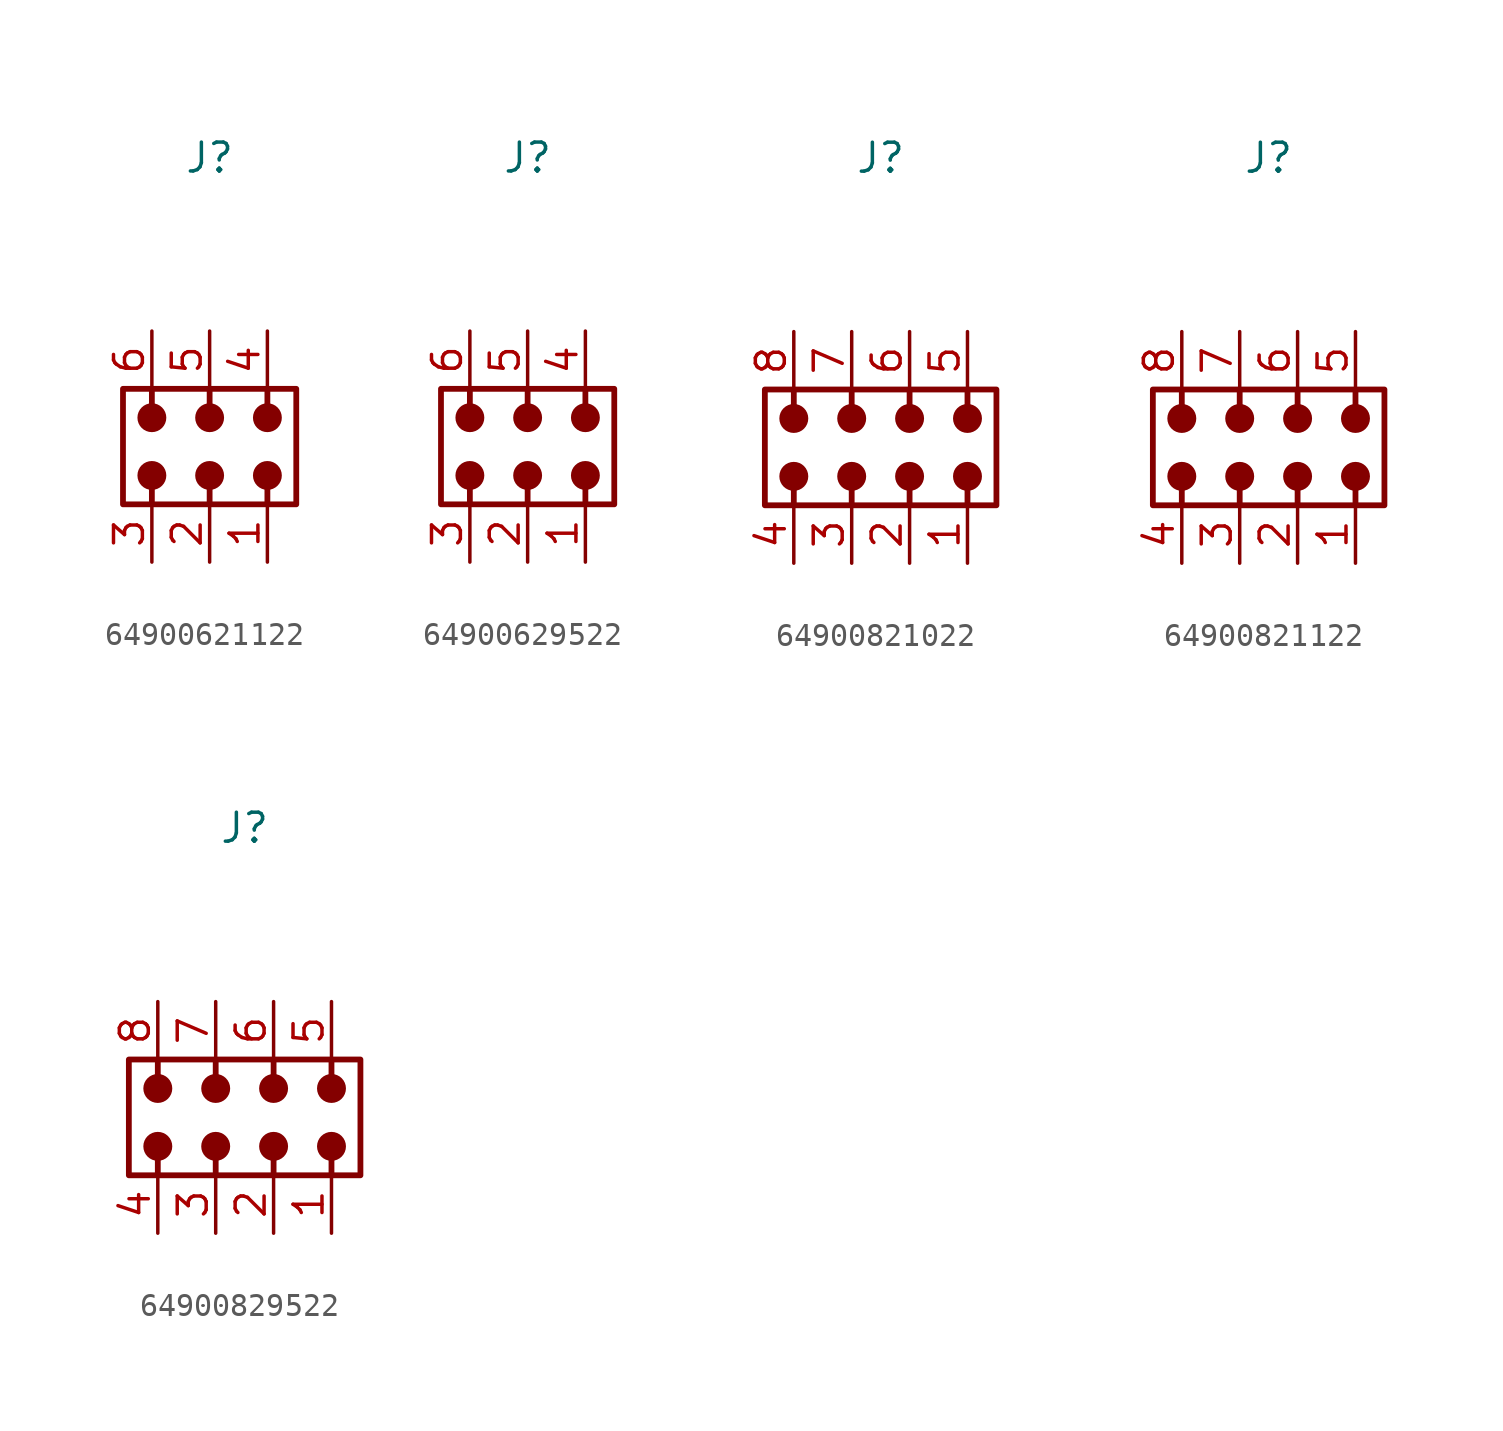
<source format=kicad_sym>
(kicad_symbol_lib
  (version 20241209)
  (generator "kicad_symbol_editor")
  (generator_version "9.0")
  (symbol "64900621122"
    (pin_names
      (hide yes))
    (property "Reference" "J"
      (at 0 12.7 0)
      (effects (font (size 1.27 1.27))))
    (symbol "64900621122_1_1"
      (rectangle (start -3.81 2.54) (end 3.81 -2.54) (stroke (width 0.254) (type solid)) (fill (type none)))
      (polyline (pts (xy -2.54 1.778) (xy -2.54 2.54)) (stroke (width 0.254) (type solid)) (fill (type none)))
      (circle (center -2.54 1.27) (radius 0.508) (stroke (width 0.254) (type solid)) (fill (type outline)))
      (circle (center -2.54 -1.27) (radius 0.508) (stroke (width 0.254) (type solid)) (fill (type outline)))
      (polyline (pts (xy -2.54 -1.778) (xy -2.54 -2.54)) (stroke (width 0.254) (type solid)) (fill (type none)))
      (polyline (pts (xy 0 1.778) (xy 0 2.54)) (stroke (width 0.254) (type solid)) (fill (type none)))
      (circle (center 0 1.27) (radius 0.508) (stroke (width 0.254) (type solid)) (fill (type outline)))
      (circle (center 0 -1.27) (radius 0.508) (stroke (width 0.254) (type solid)) (fill (type outline)))
      (polyline (pts (xy 0 -1.778) (xy 0 -2.54)) (stroke (width 0.254) (type solid)) (fill (type none)))
      (polyline (pts (xy 2.54 1.778) (xy 2.54 2.54)) (stroke (width 0.254) (type solid)) (fill (type none)))
      (circle (center 2.54 1.27) (radius 0.508) (stroke (width 0.254) (type solid)) (fill (type outline)))
      (circle (center 2.54 -1.27) (radius 0.508) (stroke (width 0.254) (type solid)) (fill (type outline)))
      (polyline (pts (xy 2.54 -1.778) (xy 2.54 -2.54)) (stroke (width 0.254) (type solid)) (fill (type none)))
      (pin passive line (at -2.54 5.08 270) (length 2.54) (name "6" (effects (font (size 1.27 1.27)))) (number "6" (effects (font (size 1.27 1.27)))))
      (pin passive line (at -2.54 -5.08 90) (length 2.54) (name "3" (effects (font (size 1.27 1.27)))) (number "3" (effects (font (size 1.27 1.27)))))
      (pin passive line (at 0 5.08 270) (length 2.54) (name "5" (effects (font (size 1.27 1.27)))) (number "5" (effects (font (size 1.27 1.27)))))
      (pin passive line (at 0 -5.08 90) (length 2.54) (name "2" (effects (font (size 1.27 1.27)))) (number "2" (effects (font (size 1.27 1.27)))))
      (pin passive line (at 2.54 5.08 270) (length 2.54) (name "4" (effects (font (size 1.27 1.27)))) (number "4" (effects (font (size 1.27 1.27)))))
      (pin passive line (at 2.54 -5.08 90) (length 2.54) (name "1" (effects (font (size 1.27 1.27)))) (number "1" (effects (font (size 1.27 1.27)))))))
  (symbol "64900629522"
    (pin_names
      (hide yes))
    (property "Reference" "J"
      (at 0 12.7 0)
      (effects (font (size 1.27 1.27))))
    (symbol "64900629522_1_1"
      (rectangle (start -3.81 2.54) (end 3.81 -2.54) (stroke (width 0.254) (type solid)) (fill (type none)))
      (polyline (pts (xy -2.54 1.778) (xy -2.54 2.54)) (stroke (width 0.254) (type solid)) (fill (type none)))
      (circle (center -2.54 1.27) (radius 0.508) (stroke (width 0.254) (type solid)) (fill (type outline)))
      (circle (center -2.54 -1.27) (radius 0.508) (stroke (width 0.254) (type solid)) (fill (type outline)))
      (polyline (pts (xy -2.54 -1.778) (xy -2.54 -2.54)) (stroke (width 0.254) (type solid)) (fill (type none)))
      (polyline (pts (xy 0 1.778) (xy 0 2.54)) (stroke (width 0.254) (type solid)) (fill (type none)))
      (circle (center 0 1.27) (radius 0.508) (stroke (width 0.254) (type solid)) (fill (type outline)))
      (circle (center 0 -1.27) (radius 0.508) (stroke (width 0.254) (type solid)) (fill (type outline)))
      (polyline (pts (xy 0 -1.778) (xy 0 -2.54)) (stroke (width 0.254) (type solid)) (fill (type none)))
      (polyline (pts (xy 2.54 1.778) (xy 2.54 2.54)) (stroke (width 0.254) (type solid)) (fill (type none)))
      (circle (center 2.54 1.27) (radius 0.508) (stroke (width 0.254) (type solid)) (fill (type outline)))
      (circle (center 2.54 -1.27) (radius 0.508) (stroke (width 0.254) (type solid)) (fill (type outline)))
      (polyline (pts (xy 2.54 -1.778) (xy 2.54 -2.54)) (stroke (width 0.254) (type solid)) (fill (type none)))
      (pin passive line (at -2.54 5.08 270) (length 2.54) (name "6" (effects (font (size 1.27 1.27)))) (number "6" (effects (font (size 1.27 1.27)))))
      (pin passive line (at -2.54 -5.08 90) (length 2.54) (name "3" (effects (font (size 1.27 1.27)))) (number "3" (effects (font (size 1.27 1.27)))))
      (pin passive line (at 0 5.08 270) (length 2.54) (name "5" (effects (font (size 1.27 1.27)))) (number "5" (effects (font (size 1.27 1.27)))))
      (pin passive line (at 0 -5.08 90) (length 2.54) (name "2" (effects (font (size 1.27 1.27)))) (number "2" (effects (font (size 1.27 1.27)))))
      (pin passive line (at 2.54 5.08 270) (length 2.54) (name "4" (effects (font (size 1.27 1.27)))) (number "4" (effects (font (size 1.27 1.27)))))
      (pin passive line (at 2.54 -5.08 90) (length 2.54) (name "1" (effects (font (size 1.27 1.27)))) (number "1" (effects (font (size 1.27 1.27)))))))
  (symbol "64900821022"
    (pin_names
      (hide yes))
    (property "Reference" "J"
      (at 0 12.7 0)
      (effects (font (size 1.27 1.27))))
    (symbol "64900821022_1_1"
      (rectangle (start -5.08 2.54) (end 5.08 -2.54) (stroke (width 0.254) (type solid)) (fill (type none)))
      (polyline (pts (xy -3.81 1.778) (xy -3.81 2.54)) (stroke (width 0.254) (type solid)) (fill (type none)))
      (circle (center -3.81 1.27) (radius 0.508) (stroke (width 0.254) (type solid)) (fill (type outline)))
      (circle (center -3.81 -1.27) (radius 0.508) (stroke (width 0.254) (type solid)) (fill (type outline)))
      (polyline (pts (xy -3.81 -1.778) (xy -3.81 -2.54)) (stroke (width 0.254) (type solid)) (fill (type none)))
      (polyline (pts (xy -1.27 1.778) (xy -1.27 2.54)) (stroke (width 0.254) (type solid)) (fill (type none)))
      (circle (center -1.27 1.27) (radius 0.508) (stroke (width 0.254) (type solid)) (fill (type outline)))
      (circle (center -1.27 -1.27) (radius 0.508) (stroke (width 0.254) (type solid)) (fill (type outline)))
      (polyline (pts (xy -1.27 -1.778) (xy -1.27 -2.54)) (stroke (width 0.254) (type solid)) (fill (type none)))
      (polyline (pts (xy 1.27 1.778) (xy 1.27 2.54)) (stroke (width 0.254) (type solid)) (fill (type none)))
      (circle (center 1.27 1.27) (radius 0.508) (stroke (width 0.254) (type solid)) (fill (type outline)))
      (circle (center 1.27 -1.27) (radius 0.508) (stroke (width 0.254) (type solid)) (fill (type outline)))
      (polyline (pts (xy 1.27 -1.778) (xy 1.27 -2.54)) (stroke (width 0.254) (type solid)) (fill (type none)))
      (polyline (pts (xy 3.81 1.778) (xy 3.81 2.54)) (stroke (width 0.254) (type solid)) (fill (type none)))
      (circle (center 3.81 1.27) (radius 0.508) (stroke (width 0.254) (type solid)) (fill (type outline)))
      (circle (center 3.81 -1.27) (radius 0.508) (stroke (width 0.254) (type solid)) (fill (type outline)))
      (polyline (pts (xy 3.81 -1.778) (xy 3.81 -2.54)) (stroke (width 0.254) (type solid)) (fill (type none)))
      (pin passive line (at -3.81 5.08 270) (length 2.54) (name "8" (effects (font (size 1.27 1.27)))) (number "8" (effects (font (size 1.27 1.27)))))
      (pin passive line (at -3.81 -5.08 90) (length 2.54) (name "4" (effects (font (size 1.27 1.27)))) (number "4" (effects (font (size 1.27 1.27)))))
      (pin passive line (at -1.27 5.08 270) (length 2.54) (name "7" (effects (font (size 1.27 1.27)))) (number "7" (effects (font (size 1.27 1.27)))))
      (pin passive line (at -1.27 -5.08 90) (length 2.54) (name "3" (effects (font (size 1.27 1.27)))) (number "3" (effects (font (size 1.27 1.27)))))
      (pin passive line (at 1.27 5.08 270) (length 2.54) (name "6" (effects (font (size 1.27 1.27)))) (number "6" (effects (font (size 1.27 1.27)))))
      (pin passive line (at 1.27 -5.08 90) (length 2.54) (name "2" (effects (font (size 1.27 1.27)))) (number "2" (effects (font (size 1.27 1.27)))))
      (pin passive line (at 3.81 5.08 270) (length 2.54) (name "5" (effects (font (size 1.27 1.27)))) (number "5" (effects (font (size 1.27 1.27)))))
      (pin passive line (at 3.81 -5.08 90) (length 2.54) (name "1" (effects (font (size 1.27 1.27)))) (number "1" (effects (font (size 1.27 1.27)))))))
  (symbol "64900821122"
    (pin_names
      (hide yes))
    (property "Reference" "J"
      (at 0 12.7 0)
      (effects (font (size 1.27 1.27))))
    (symbol "64900821122_1_1"
      (rectangle (start -5.08 2.54) (end 5.08 -2.54) (stroke (width 0.254) (type solid)) (fill (type none)))
      (polyline (pts (xy -3.81 1.778) (xy -3.81 2.54)) (stroke (width 0.254) (type solid)) (fill (type none)))
      (circle (center -3.81 1.27) (radius 0.508) (stroke (width 0.254) (type solid)) (fill (type outline)))
      (circle (center -3.81 -1.27) (radius 0.508) (stroke (width 0.254) (type solid)) (fill (type outline)))
      (polyline (pts (xy -3.81 -1.778) (xy -3.81 -2.54)) (stroke (width 0.254) (type solid)) (fill (type none)))
      (polyline (pts (xy -1.27 1.778) (xy -1.27 2.54)) (stroke (width 0.254) (type solid)) (fill (type none)))
      (circle (center -1.27 1.27) (radius 0.508) (stroke (width 0.254) (type solid)) (fill (type outline)))
      (circle (center -1.27 -1.27) (radius 0.508) (stroke (width 0.254) (type solid)) (fill (type outline)))
      (polyline (pts (xy -1.27 -1.778) (xy -1.27 -2.54)) (stroke (width 0.254) (type solid)) (fill (type none)))
      (polyline (pts (xy 1.27 1.778) (xy 1.27 2.54)) (stroke (width 0.254) (type solid)) (fill (type none)))
      (circle (center 1.27 1.27) (radius 0.508) (stroke (width 0.254) (type solid)) (fill (type outline)))
      (circle (center 1.27 -1.27) (radius 0.508) (stroke (width 0.254) (type solid)) (fill (type outline)))
      (polyline (pts (xy 1.27 -1.778) (xy 1.27 -2.54)) (stroke (width 0.254) (type solid)) (fill (type none)))
      (polyline (pts (xy 3.81 1.778) (xy 3.81 2.54)) (stroke (width 0.254) (type solid)) (fill (type none)))
      (circle (center 3.81 1.27) (radius 0.508) (stroke (width 0.254) (type solid)) (fill (type outline)))
      (circle (center 3.81 -1.27) (radius 0.508) (stroke (width 0.254) (type solid)) (fill (type outline)))
      (polyline (pts (xy 3.81 -1.778) (xy 3.81 -2.54)) (stroke (width 0.254) (type solid)) (fill (type none)))
      (pin passive line (at -3.81 5.08 270) (length 2.54) (name "8" (effects (font (size 1.27 1.27)))) (number "8" (effects (font (size 1.27 1.27)))))
      (pin passive line (at -3.81 -5.08 90) (length 2.54) (name "4" (effects (font (size 1.27 1.27)))) (number "4" (effects (font (size 1.27 1.27)))))
      (pin passive line (at -1.27 5.08 270) (length 2.54) (name "7" (effects (font (size 1.27 1.27)))) (number "7" (effects (font (size 1.27 1.27)))))
      (pin passive line (at -1.27 -5.08 90) (length 2.54) (name "3" (effects (font (size 1.27 1.27)))) (number "3" (effects (font (size 1.27 1.27)))))
      (pin passive line (at 1.27 5.08 270) (length 2.54) (name "6" (effects (font (size 1.27 1.27)))) (number "6" (effects (font (size 1.27 1.27)))))
      (pin passive line (at 1.27 -5.08 90) (length 2.54) (name "2" (effects (font (size 1.27 1.27)))) (number "2" (effects (font (size 1.27 1.27)))))
      (pin passive line (at 3.81 5.08 270) (length 2.54) (name "5" (effects (font (size 1.27 1.27)))) (number "5" (effects (font (size 1.27 1.27)))))
      (pin passive line (at 3.81 -5.08 90) (length 2.54) (name "1" (effects (font (size 1.27 1.27)))) (number "1" (effects (font (size 1.27 1.27)))))))
  (symbol "64900829522"
    (pin_names
      (hide yes))
    (property "Reference" "J"
      (at 0 12.7 0)
      (effects (font (size 1.27 1.27))))
    (symbol "64900829522_1_1"
      (rectangle (start -5.08 2.54) (end 5.08 -2.54) (stroke (width 0.254) (type solid)) (fill (type none)))
      (polyline (pts (xy -3.81 1.778) (xy -3.81 2.54)) (stroke (width 0.254) (type solid)) (fill (type none)))
      (circle (center -3.81 1.27) (radius 0.508) (stroke (width 0.254) (type solid)) (fill (type outline)))
      (circle (center -3.81 -1.27) (radius 0.508) (stroke (width 0.254) (type solid)) (fill (type outline)))
      (polyline (pts (xy -3.81 -1.778) (xy -3.81 -2.54)) (stroke (width 0.254) (type solid)) (fill (type none)))
      (polyline (pts (xy -1.27 1.778) (xy -1.27 2.54)) (stroke (width 0.254) (type solid)) (fill (type none)))
      (circle (center -1.27 1.27) (radius 0.508) (stroke (width 0.254) (type solid)) (fill (type outline)))
      (circle (center -1.27 -1.27) (radius 0.508) (stroke (width 0.254) (type solid)) (fill (type outline)))
      (polyline (pts (xy -1.27 -1.778) (xy -1.27 -2.54)) (stroke (width 0.254) (type solid)) (fill (type none)))
      (polyline (pts (xy 1.27 1.778) (xy 1.27 2.54)) (stroke (width 0.254) (type solid)) (fill (type none)))
      (circle (center 1.27 1.27) (radius 0.508) (stroke (width 0.254) (type solid)) (fill (type outline)))
      (circle (center 1.27 -1.27) (radius 0.508) (stroke (width 0.254) (type solid)) (fill (type outline)))
      (polyline (pts (xy 1.27 -1.778) (xy 1.27 -2.54)) (stroke (width 0.254) (type solid)) (fill (type none)))
      (polyline (pts (xy 3.81 1.778) (xy 3.81 2.54)) (stroke (width 0.254) (type solid)) (fill (type none)))
      (circle (center 3.81 1.27) (radius 0.508) (stroke (width 0.254) (type solid)) (fill (type outline)))
      (circle (center 3.81 -1.27) (radius 0.508) (stroke (width 0.254) (type solid)) (fill (type outline)))
      (polyline (pts (xy 3.81 -1.778) (xy 3.81 -2.54)) (stroke (width 0.254) (type solid)) (fill (type none)))
      (pin passive line (at -3.81 5.08 270) (length 2.54) (name "8" (effects (font (size 1.27 1.27)))) (number "8" (effects (font (size 1.27 1.27)))))
      (pin passive line (at -3.81 -5.08 90) (length 2.54) (name "4" (effects (font (size 1.27 1.27)))) (number "4" (effects (font (size 1.27 1.27)))))
      (pin passive line (at -1.27 5.08 270) (length 2.54) (name "7" (effects (font (size 1.27 1.27)))) (number "7" (effects (font (size 1.27 1.27)))))
      (pin passive line (at -1.27 -5.08 90) (length 2.54) (name "3" (effects (font (size 1.27 1.27)))) (number "3" (effects (font (size 1.27 1.27)))))
      (pin passive line (at 1.27 5.08 270) (length 2.54) (name "6" (effects (font (size 1.27 1.27)))) (number "6" (effects (font (size 1.27 1.27)))))
      (pin passive line (at 1.27 -5.08 90) (length 2.54) (name "2" (effects (font (size 1.27 1.27)))) (number "2" (effects (font (size 1.27 1.27)))))
      (pin passive line (at 3.81 5.08 270) (length 2.54) (name "5" (effects (font (size 1.27 1.27)))) (number "5" (effects (font (size 1.27 1.27)))))
      (pin passive line (at 3.81 -5.08 90) (length 2.54) (name "1" (effects (font (size 1.27 1.27)))) (number "1" (effects (font (size 1.27 1.27))))))))
</source>
